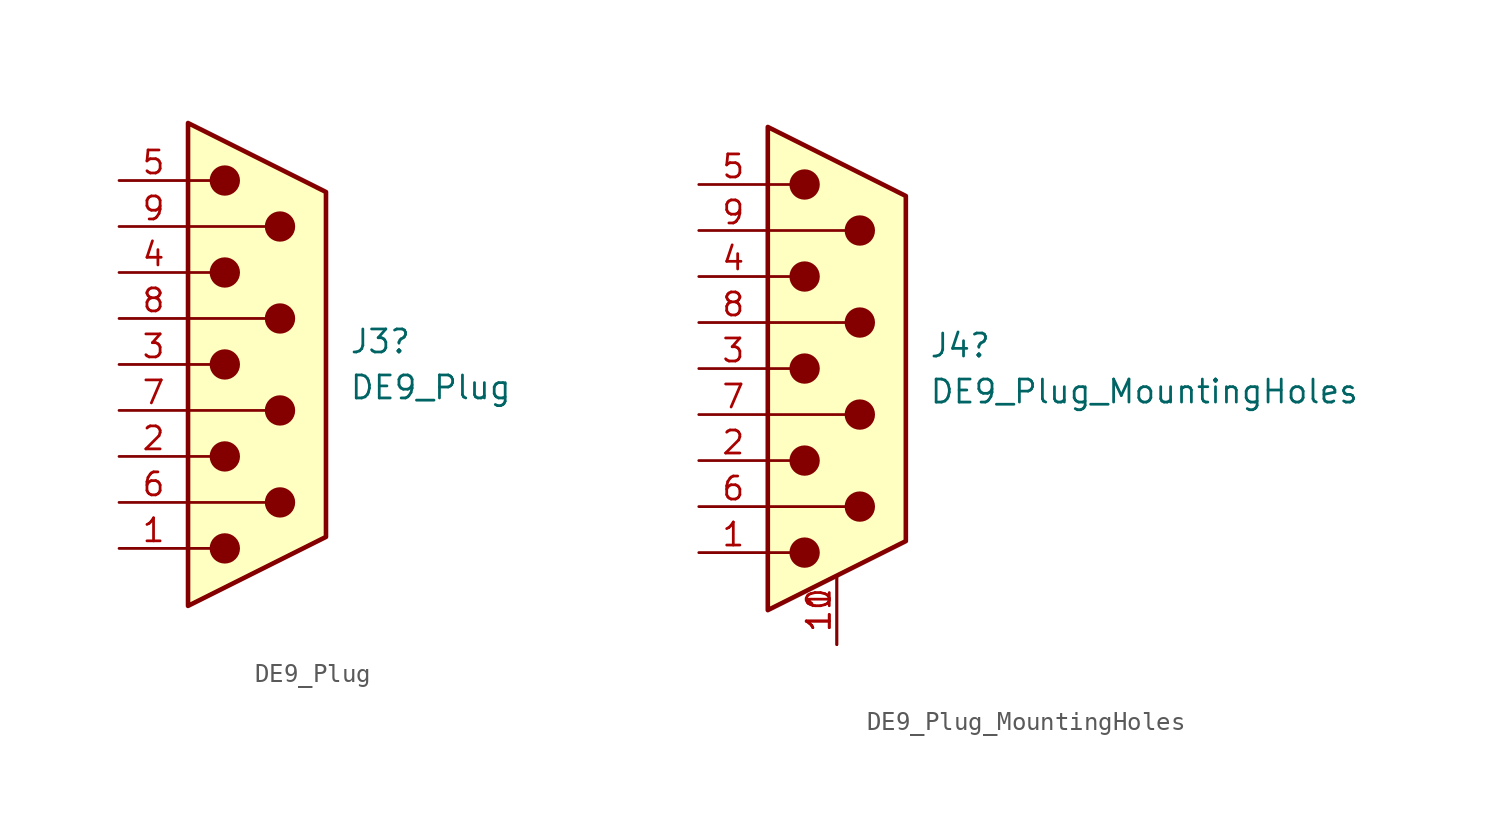
<source format=kicad_sym>
(kicad_symbol_lib
  (version 20231120)
  (generator "kicad_symbol_editor")
  (generator_version "8.0")
  (symbol "DE9_Plug"
    (pin_names
      (offset 1.016) hide)
    (property "Reference" "J3"
      (at 5.08 1.27 0)
      (effects (font (size 1.27 1.27)) (justify left)))
    (property "Value" "DE9_Plug"
      (at 5.08 -1.27 0)
      (effects (font (size 1.27 1.27)) (justify left)))
    (symbol "DE9_Plug_0_1"
      (circle (center -1.778 -10.16) (radius 0.762) (stroke (width 0) (type default)) (fill (type outline)))
      (circle (center -1.778 -5.08) (radius 0.762) (stroke (width 0) (type default)) (fill (type outline)))
      (circle (center -1.778 0) (radius 0.762) (stroke (width 0) (type default)) (fill (type outline)))
      (circle (center -1.778 5.08) (radius 0.762) (stroke (width 0) (type default)) (fill (type outline)))
      (circle (center -1.778 10.16) (radius 0.762) (stroke (width 0) (type default)) (fill (type outline)))
      (polyline (pts (xy -3.81 -10.16) (xy -2.54 -10.16)) (stroke (width 0) (type default)) (fill (type none)))
      (polyline (pts (xy -3.81 -7.62) (xy 0.508 -7.62)) (stroke (width 0) (type default)) (fill (type none)))
      (polyline (pts (xy -3.81 -5.08) (xy -2.54 -5.08)) (stroke (width 0) (type default)) (fill (type none)))
      (polyline (pts (xy -3.81 -2.54) (xy 0.508 -2.54)) (stroke (width 0) (type default)) (fill (type none)))
      (polyline (pts (xy -3.81 0) (xy -2.54 0)) (stroke (width 0) (type default)) (fill (type none)))
      (polyline (pts (xy -3.81 2.54) (xy 0.508 2.54)) (stroke (width 0) (type default)) (fill (type none)))
      (polyline (pts (xy -3.81 5.08) (xy -2.54 5.08)) (stroke (width 0) (type default)) (fill (type none)))
      (polyline (pts (xy -3.81 7.62) (xy 0.508 7.62)) (stroke (width 0) (type default)) (fill (type none)))
      (polyline (pts (xy -3.81 10.16) (xy -2.54 10.16)) (stroke (width 0) (type default)) (fill (type none)))
      (polyline (pts (xy -3.81 -13.335) (xy -3.81 13.335) (xy 3.81 9.525) (xy 3.81 -9.525) (xy -3.81 -13.335)) (stroke (width 0.254) (type default)) (fill (type background)))
      (circle (center 1.27 -7.62) (radius 0.762) (stroke (width 0) (type default)) (fill (type outline)))
      (circle (center 1.27 -2.54) (radius 0.762) (stroke (width 0) (type default)) (fill (type outline)))
      (circle (center 1.27 2.54) (radius 0.762) (stroke (width 0) (type default)) (fill (type outline)))
      (circle (center 1.27 7.62) (radius 0.762) (stroke (width 0) (type default)) (fill (type outline))))
    (symbol "DE9_Plug_1_1"
      (pin passive line (at -7.62 -10.16 0) (length 3.81) (name "1" (effects (font (size 1.27 1.27)))) (number "1" (effects (font (size 1.27 1.27)))))
      (pin passive line (at -7.62 -5.08 0) (length 3.81) (name "2" (effects (font (size 1.27 1.27)))) (number "2" (effects (font (size 1.27 1.27)))))
      (pin passive line (at -7.62 0 0) (length 3.81) (name "3" (effects (font (size 1.27 1.27)))) (number "3" (effects (font (size 1.27 1.27)))))
      (pin passive line (at -7.62 5.08 0) (length 3.81) (name "4" (effects (font (size 1.27 1.27)))) (number "4" (effects (font (size 1.27 1.27)))))
      (pin passive line (at -7.62 10.16 0) (length 3.81) (name "5" (effects (font (size 1.27 1.27)))) (number "5" (effects (font (size 1.27 1.27)))))
      (pin passive line (at -7.62 -7.62 0) (length 3.81) (name "6" (effects (font (size 1.27 1.27)))) (number "6" (effects (font (size 1.27 1.27)))))
      (pin passive line (at -7.62 -2.54 0) (length 3.81) (name "7" (effects (font (size 1.27 1.27)))) (number "7" (effects (font (size 1.27 1.27)))))
      (pin passive line (at -7.62 2.54 0) (length 3.81) (name "8" (effects (font (size 1.27 1.27)))) (number "8" (effects (font (size 1.27 1.27)))))
      (pin passive line (at -7.62 7.62 0) (length 3.81) (name "9" (effects (font (size 1.27 1.27)))) (number "9" (effects (font (size 1.27 1.27)))))))
  (symbol "DE9_Plug_MountingHoles"
    (pin_names
      (offset 1.016) hide)
    (property "Reference" "J4"
      (at 5.08 1.27 0)
      (effects (font (size 1.27 1.27)) (justify left)))
    (property "Value" "DE9_Plug_MountingHoles"
      (at 5.08 -1.27 0)
      (effects (font (size 1.27 1.27)) (justify left)))
    (symbol "DE9_Plug_MountingHoles_0_1"
      (circle (center -1.778 -10.16) (radius 0.762) (stroke (width 0) (type default)) (fill (type outline)))
      (circle (center -1.778 -5.08) (radius 0.762) (stroke (width 0) (type default)) (fill (type outline)))
      (circle (center -1.778 0) (radius 0.762) (stroke (width 0) (type default)) (fill (type outline)))
      (circle (center -1.778 5.08) (radius 0.762) (stroke (width 0) (type default)) (fill (type outline)))
      (circle (center -1.778 10.16) (radius 0.762) (stroke (width 0) (type default)) (fill (type outline)))
      (polyline (pts (xy -3.81 -10.16) (xy -2.54 -10.16)) (stroke (width 0) (type default)) (fill (type none)))
      (polyline (pts (xy -3.81 -7.62) (xy 0.508 -7.62)) (stroke (width 0) (type default)) (fill (type none)))
      (polyline (pts (xy -3.81 -5.08) (xy -2.54 -5.08)) (stroke (width 0) (type default)) (fill (type none)))
      (polyline (pts (xy -3.81 -2.54) (xy 0.508 -2.54)) (stroke (width 0) (type default)) (fill (type none)))
      (polyline (pts (xy -3.81 0) (xy -2.54 0)) (stroke (width 0) (type default)) (fill (type none)))
      (polyline (pts (xy -3.81 2.54) (xy 0.508 2.54)) (stroke (width 0) (type default)) (fill (type none)))
      (polyline (pts (xy -3.81 5.08) (xy -2.54 5.08)) (stroke (width 0) (type default)) (fill (type none)))
      (polyline (pts (xy -3.81 7.62) (xy 0.508 7.62)) (stroke (width 0) (type default)) (fill (type none)))
      (polyline (pts (xy -3.81 10.16) (xy -2.54 10.16)) (stroke (width 0) (type default)) (fill (type none)))
      (polyline (pts (xy -3.81 -13.335) (xy -3.81 13.335) (xy 3.81 9.525) (xy 3.81 -9.525) (xy -3.81 -13.335)) (stroke (width 0.254) (type default)) (fill (type background)))
      (circle (center 1.27 -7.62) (radius 0.762) (stroke (width 0) (type default)) (fill (type outline)))
      (circle (center 1.27 -2.54) (radius 0.762) (stroke (width 0) (type default)) (fill (type outline)))
      (circle (center 1.27 2.54) (radius 0.762) (stroke (width 0) (type default)) (fill (type outline)))
      (circle (center 1.27 7.62) (radius 0.762) (stroke (width 0) (type default)) (fill (type outline))))
    (symbol "DE9_Plug_MountingHoles_1_1"
      (pin passive line (at -7.62 -10.16 0) (length 3.81) (name "1" (effects (font (size 1.27 1.27)))) (number "1" (effects (font (size 1.27 1.27)))))
      (pin passive line (at 0 -15.24 90) (length 3.81) (name "PAD" (effects (font (size 1.27 1.27)))) (number "10" (effects (font (size 1.27 1.27)))))
      (pin passive line (at 0 -15.24 90) (length 3.81) (name "PAD" (effects (font (size 1.27 1.27)))) (number "11" (effects (font (size 1.27 1.27)))))
      (pin passive line (at -7.62 -5.08 0) (length 3.81) (name "2" (effects (font (size 1.27 1.27)))) (number "2" (effects (font (size 1.27 1.27)))))
      (pin passive line (at -7.62 0 0) (length 3.81) (name "3" (effects (font (size 1.27 1.27)))) (number "3" (effects (font (size 1.27 1.27)))))
      (pin passive line (at -7.62 5.08 0) (length 3.81) (name "4" (effects (font (size 1.27 1.27)))) (number "4" (effects (font (size 1.27 1.27)))))
      (pin passive line (at -7.62 10.16 0) (length 3.81) (name "5" (effects (font (size 1.27 1.27)))) (number "5" (effects (font (size 1.27 1.27)))))
      (pin passive line (at -7.62 -7.62 0) (length 3.81) (name "6" (effects (font (size 1.27 1.27)))) (number "6" (effects (font (size 1.27 1.27)))))
      (pin passive line (at -7.62 -2.54 0) (length 3.81) (name "7" (effects (font (size 1.27 1.27)))) (number "7" (effects (font (size 1.27 1.27)))))
      (pin passive line (at -7.62 2.54 0) (length 3.81) (name "8" (effects (font (size 1.27 1.27)))) (number "8" (effects (font (size 1.27 1.27)))))
      (pin passive line (at -7.62 7.62 0) (length 3.81) (name "9" (effects (font (size 1.27 1.27)))) (number "9" (effects (font (size 1.27 1.27))))))))
</source>
